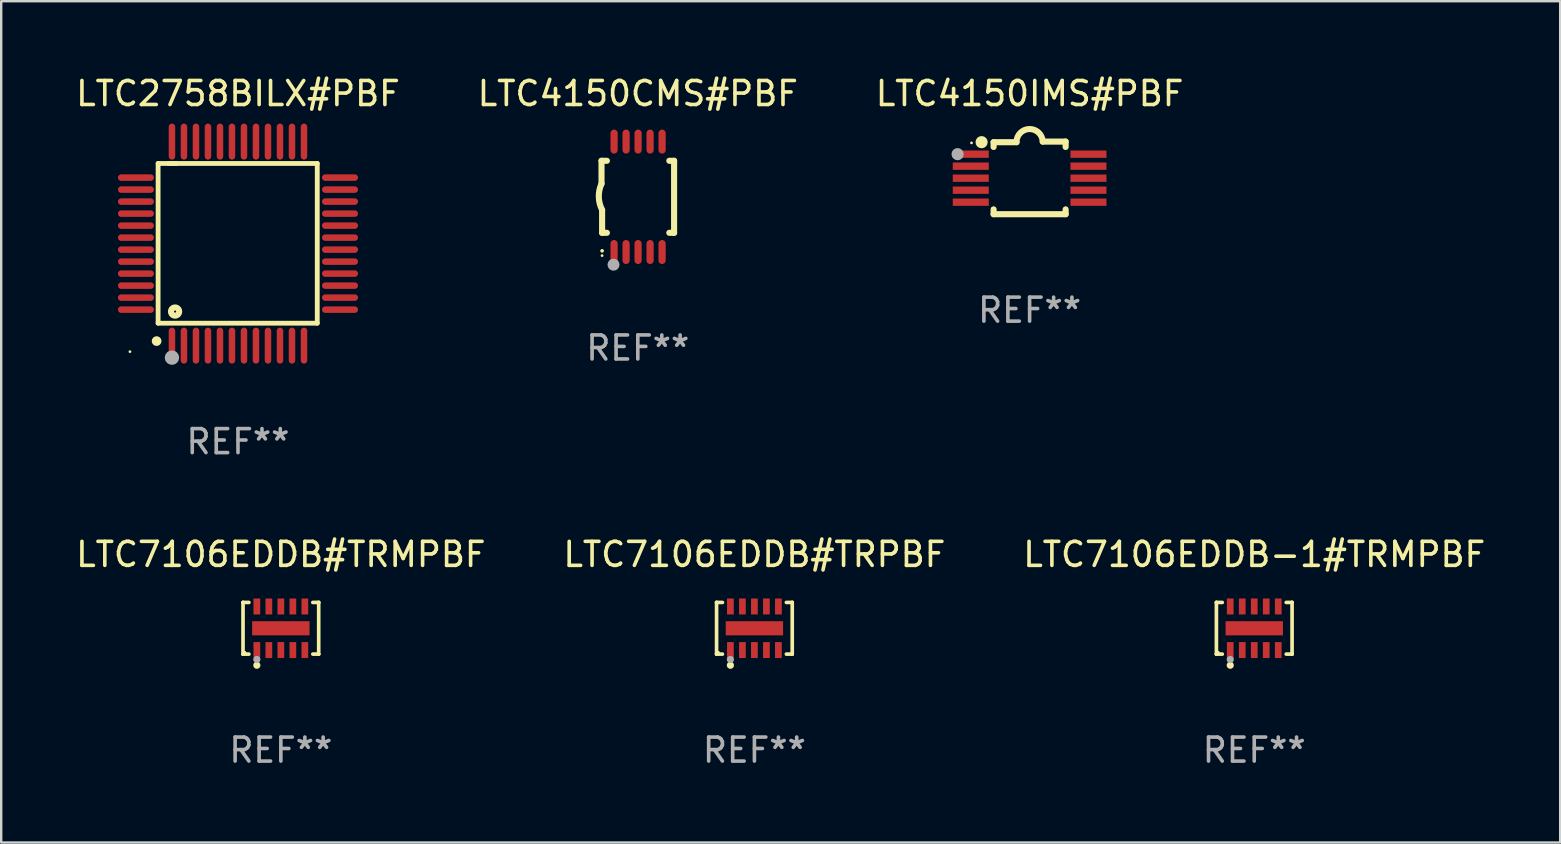
<source format=kicad_pcb>
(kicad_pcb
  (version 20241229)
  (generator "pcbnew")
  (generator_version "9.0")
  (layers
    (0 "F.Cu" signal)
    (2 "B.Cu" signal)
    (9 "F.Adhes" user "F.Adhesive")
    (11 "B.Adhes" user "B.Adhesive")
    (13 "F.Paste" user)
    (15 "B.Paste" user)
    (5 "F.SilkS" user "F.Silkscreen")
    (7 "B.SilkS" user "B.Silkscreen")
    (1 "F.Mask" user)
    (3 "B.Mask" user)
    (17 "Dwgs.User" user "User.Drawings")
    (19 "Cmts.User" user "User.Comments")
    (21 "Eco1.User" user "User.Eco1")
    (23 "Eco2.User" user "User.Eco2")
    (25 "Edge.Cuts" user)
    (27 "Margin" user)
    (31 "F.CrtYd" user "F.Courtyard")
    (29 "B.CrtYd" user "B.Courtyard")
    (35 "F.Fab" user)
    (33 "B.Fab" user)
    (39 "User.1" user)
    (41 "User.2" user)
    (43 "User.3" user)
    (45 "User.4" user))
  (footprint "LTC4150IMS#PBF"
    (layer "F.Cu")
    (at 39.839 4.36)
    (property "Reference" "LTC4150IMS#PBF" (at 0 -3.512 0) (layer "F.SilkS") (effects (font (size 1 1) (thickness 0.15))))
    (attr through_hole)
    (fp_line (start -1.5 -1.288) (end -1.5 -1.487) (stroke (width 0.254) (type solid)) (layer "F.SilkS"))
    (fp_line (start -1.5 1.512) (end -1.5 1.312) (stroke (width 0.254) (type solid)) (layer "F.SilkS"))
    (fp_line (start -0.546 -1.487) (end -1.5 -1.487) (stroke (width 0.254) (type solid)) (layer "F.SilkS"))
    (fp_line (start 1.5 -1.512) (end 0.546 -1.512) (stroke (width 0.254) (type solid)) (layer "F.SilkS"))
    (fp_line (start 1.5 -1.288) (end 1.5 -1.512) (stroke (width 0.254) (type solid)) (layer "F.SilkS"))
    (fp_line (start 1.5 1.512) (end -1.5 1.512) (stroke (width 0.254) (type solid)) (layer "F.SilkS"))
    (fp_line (start 1.5 1.512) (end 1.5 1.312) (stroke (width 0.254) (type solid)) (layer "F.SilkS"))
    (fp_arc (start -0.546151 -1.486601) (mid -0.01246 -2.032889) (end 0.54605 -1.512002) (stroke (width 0.254001) (type solid)) (layer "F.SilkS"))
    (fp_circle (center -2.42 -1.458) (end -2.39 -1.458) (stroke (width 0.06) (type solid)) (fill no) (layer "F.SilkS"))
    (fp_circle (center -2 -1.488) (end -1.873 -1.488) (stroke (width 0.254) (type solid)) (fill no) (layer "F.SilkS"))
    (fp_circle (center -3 -0.988) (end -2.873 -0.988) (stroke (width 0.254) (type solid)) (fill no) (layer "F.Fab"))
    (fp_text user "REF**" (at 0 5.512 0) (layer "F.Fab") (effects (font (size 1 1) (thickness 0.15))))
    (pad "1" smd rect (at -2.451 -0.988) (size 1.5 0.305) (layers "F.Cu" "F.Mask" "F.Paste"))
    (pad "2" smd rect (at -2.451 -0.488) (size 1.5 0.305) (layers "F.Cu" "F.Mask" "F.Paste"))
    (pad "3" smd rect (at -2.451 0.012) (size 1.5 0.305) (layers "F.Cu" "F.Mask" "F.Paste"))
    (pad "4" smd rect (at -2.451 0.512) (size 1.5 0.305) (layers "F.Cu" "F.Mask" "F.Paste"))
    (pad "5" smd rect (at -2.451 1.012) (size 1.5 0.305) (layers "F.Cu" "F.Mask" "F.Paste"))
    (pad "6" smd rect (at 2.451 1.012) (size 1.5 0.305) (layers "F.Cu" "F.Mask" "F.Paste"))
    (pad "7" smd rect (at 2.451 0.512) (size 1.5 0.305) (layers "F.Cu" "F.Mask" "F.Paste"))
    (pad "8" smd rect (at 2.451 0.012) (size 1.5 0.305) (layers "F.Cu" "F.Mask" "F.Paste"))
    (pad "9" smd rect (at 2.451 -0.488) (size 1.5 0.305) (layers "F.Cu" "F.Mask" "F.Paste"))
    (pad "10" smd rect (at 2.451 -0.988) (size 1.5 0.305) (layers "F.Cu" "F.Mask" "F.Paste")))
  (footprint "LTC7106EDDB-1#TRMPBF"
    (layer "F.Cu")
    (at 49.196 23.121)
    (property "Reference" "LTC7106EDDB-1#TRMPBF" (at 0 -3.076 0) (layer "F.SilkS") (effects (font (size 1 1) (thickness 0.15))))
    (attr through_hole)
    (fp_line (start -1.576 -1.076) (end -1.576 -1.076) (stroke (width 0.152) (type solid)) (layer "F.SilkS"))
    (fp_line (start -1.576 -1.076) (end -1.331 -1.076) (stroke (width 0.152) (type solid)) (layer "F.SilkS"))
    (fp_line (start -1.576 1.076) (end -1.576 -1.076) (stroke (width 0.152) (type solid)) (layer "F.SilkS"))
    (fp_line (start -1.576 1.076) (end -1.576 1.076) (stroke (width 0.152) (type solid)) (layer "F.SilkS"))
    (fp_line (start -1.331 1.076) (end -1.576 1.076) (stroke (width 0.152) (type solid)) (layer "F.SilkS"))
    (fp_line (start 1.331 1.076) (end 1.576 1.076) (stroke (width 0.152) (type solid)) (layer "F.SilkS"))
    (fp_line (start 1.576 -1.076) (end 1.331 -1.076) (stroke (width 0.152) (type solid)) (layer "F.SilkS"))
    (fp_line (start 1.576 -1.076) (end 1.576 -1.076) (stroke (width 0.152) (type solid)) (layer "F.SilkS"))
    (fp_line (start 1.576 1.076) (end 1.576 -1.076) (stroke (width 0.152) (type solid)) (layer "F.SilkS"))
    (fp_line (start 1.576 1.076) (end 1.576 1.076) (stroke (width 0.152) (type solid)) (layer "F.SilkS"))
    (fp_circle (center -1.5 1) (end -1.47 1) (stroke (width 0.06) (type solid)) (fill no) (layer "F.SilkS"))
    (fp_circle (center -1 1.54) (end -0.925 1.54) (stroke (width 0.15) (type solid)) (fill no) (layer "F.SilkS"))
    (fp_circle (center -1 1.3) (end -0.925 1.3) (stroke (width 0.15) (type solid)) (fill no) (layer "F.Fab"))
    (fp_text user "REF**" (at 0 5.076 0) (layer "F.Fab") (effects (font (size 1 1) (thickness 0.15))))
    (pad "1" smd rect (at -1 0.908) (size 0.28 0.665) (layers "F.Cu" "F.Mask" "F.Paste"))
    (pad "2" smd rect (at -0.5 0.908) (size 0.28 0.665) (layers "F.Cu" "F.Mask" "F.Paste"))
    (pad "3" smd rect (at 0 0.908) (size 0.28 0.665) (layers "F.Cu" "F.Mask" "F.Paste"))
    (pad "4" smd rect (at 0.5 0.908) (size 0.28 0.665) (layers "F.Cu" "F.Mask" "F.Paste"))
    (pad "5" smd rect (at 1 0.908) (size 0.28 0.665) (layers "F.Cu" "F.Mask" "F.Paste"))
    (pad "6" smd rect (at 1 -0.908) (size 0.28 0.665) (layers "F.Cu" "F.Mask" "F.Paste"))
    (pad "7" smd rect (at 0.5 -0.908) (size 0.28 0.665) (layers "F.Cu" "F.Mask" "F.Paste"))
    (pad "8" smd rect (at 0 -0.908) (size 0.28 0.665) (layers "F.Cu" "F.Mask" "F.Paste"))
    (pad "9" smd rect (at -0.5 -0.908) (size 0.28 0.665) (layers "F.Cu" "F.Mask" "F.Paste"))
    (pad "10" smd rect (at -1 -0.908) (size 0.28 0.665) (layers "F.Cu" "F.Mask" "F.Paste"))
    (pad "11" smd rect (at 0 0) (size 2.39 0.59) (layers "F.Cu" "F.Mask" "F.Paste")))
  (footprint "LTC2758BILX#PBF"
    (layer "F.Cu")
    (at 6.863 7.098)
    (property "Reference" "LTC2758BILX#PBF" (at 0 -6.25 0) (layer "F.SilkS") (effects (font (size 1 1) (thickness 0.15))))
    (attr through_hole)
    (fp_line (start -3.327 -3.34) (end -2.565 -3.34) (stroke (width 0.2) (type solid)) (layer "F.SilkS"))
    (fp_line (start -3.327 3.315) (end -3.327 -3.34) (stroke (width 0.2) (type solid)) (layer "F.SilkS"))
    (fp_line (start -2.896 -3.34) (end 3.302 -3.34) (stroke (width 0.2) (type solid)) (layer "F.SilkS"))
    (fp_line (start 3.302 -3.34) (end 3.302 3.315) (stroke (width 0.2) (type solid)) (layer "F.SilkS"))
    (fp_line (start 3.302 3.315) (end -3.327 3.315) (stroke (width 0.2) (type solid)) (layer "F.SilkS"))
    (fp_arc (start -3.389992 4.059995) (mid -3.388722 4.059991) (end -3.387452 4.059995) (stroke (width 0.4) (type solid)) (layer "F.SilkS"))
    (fp_circle (center -4.5 4.5) (end -4.47 4.5) (stroke (width 0.06) (type solid)) (fill no) (layer "F.SilkS"))
    (fp_circle (center -2.62 2.83) (end -2.45 2.83) (stroke (width 0.254) (type solid)) (fill no) (layer "F.SilkS"))
    (fp_circle (center -2.75 4.75) (end -2.6 4.75) (stroke (width 0.3) (type solid)) (fill no) (layer "F.Fab"))
    (fp_text user "REF**" (at 0 8.25 0) (layer "F.Fab") (effects (font (size 1 1) (thickness 0.15))))
    (pad "1" smd oval (at -2.75 4.25) (size 0.27 1.5) (layers "F.Cu" "F.Mask" "F.Paste"))
    (pad "2" smd oval (at -2.25 4.25) (size 0.27 1.5) (layers "F.Cu" "F.Mask" "F.Paste"))
    (pad "3" smd oval (at -1.75 4.25) (size 0.27 1.5) (layers "F.Cu" "F.Mask" "F.Paste"))
    (pad "4" smd oval (at -1.25 4.25) (size 0.27 1.5) (layers "F.Cu" "F.Mask" "F.Paste"))
    (pad "5" smd oval (at -0.75 4.25) (size 0.27 1.5) (layers "F.Cu" "F.Mask" "F.Paste"))
    (pad "6" smd oval (at -0.25 4.25) (size 0.27 1.5) (layers "F.Cu" "F.Mask" "F.Paste"))
    (pad "7" smd oval (at 0.25 4.25) (size 0.27 1.5) (layers "F.Cu" "F.Mask" "F.Paste"))
    (pad "8" smd oval (at 0.75 4.25) (size 0.27 1.5) (layers "F.Cu" "F.Mask" "F.Paste"))
    (pad "9" smd oval (at 1.25 4.25) (size 0.27 1.5) (layers "F.Cu" "F.Mask" "F.Paste"))
    (pad "10" smd oval (at 1.75 4.25) (size 0.27 1.5) (layers "F.Cu" "F.Mask" "F.Paste"))
    (pad "11" smd oval (at 2.25 4.25) (size 0.27 1.5) (layers "F.Cu" "F.Mask" "F.Paste"))
    (pad "12" smd oval (at 2.75 4.25) (size 0.27 1.5) (layers "F.Cu" "F.Mask" "F.Paste"))
    (pad "13" smd oval (at 4.25 2.75) (size 1.5 0.27) (layers "F.Cu" "F.Mask" "F.Paste"))
    (pad "14" smd oval (at 4.25 2.25) (size 1.5 0.27) (layers "F.Cu" "F.Mask" "F.Paste"))
    (pad "15" smd oval (at 4.25 1.75) (size 1.5 0.27) (layers "F.Cu" "F.Mask" "F.Paste"))
    (pad "16" smd oval (at 4.25 1.25) (size 1.5 0.27) (layers "F.Cu" "F.Mask" "F.Paste"))
    (pad "17" smd oval (at 4.25 0.75) (size 1.5 0.27) (layers "F.Cu" "F.Mask" "F.Paste"))
    (pad "18" smd oval (at 4.25 0.25) (size 1.5 0.27) (layers "F.Cu" "F.Mask" "F.Paste"))
    (pad "19" smd oval (at 4.25 -0.25) (size 1.5 0.27) (layers "F.Cu" "F.Mask" "F.Paste"))
    (pad "20" smd oval (at 4.25 -0.75) (size 1.5 0.27) (layers "F.Cu" "F.Mask" "F.Paste"))
    (pad "21" smd oval (at 4.25 -1.25) (size 1.5 0.27) (layers "F.Cu" "F.Mask" "F.Paste"))
    (pad "22" smd oval (at 4.25 -1.75) (size 1.5 0.27) (layers "F.Cu" "F.Mask" "F.Paste"))
    (pad "23" smd oval (at 4.25 -2.25) (size 1.5 0.27) (layers "F.Cu" "F.Mask" "F.Paste"))
    (pad "24" smd oval (at 4.25 -2.75) (size 1.5 0.27) (layers "F.Cu" "F.Mask" "F.Paste"))
    (pad "25" smd oval (at 2.75 -4.25) (size 0.27 1.5) (layers "F.Cu" "F.Mask" "F.Paste"))
    (pad "26" smd oval (at 2.25 -4.25) (size 0.27 1.5) (layers "F.Cu" "F.Mask" "F.Paste"))
    (pad "27" smd oval (at 1.75 -4.25) (size 0.27 1.5) (layers "F.Cu" "F.Mask" "F.Paste"))
    (pad "28" smd oval (at 1.25 -4.25) (size 0.27 1.5) (layers "F.Cu" "F.Mask" "F.Paste"))
    (pad "29" smd oval (at 0.75 -4.25) (size 0.27 1.5) (layers "F.Cu" "F.Mask" "F.Paste"))
    (pad "30" smd oval (at 0.25 -4.25) (size 0.27 1.5) (layers "F.Cu" "F.Mask" "F.Paste"))
    (pad "31" smd oval (at -0.25 -4.25) (size 0.27 1.5) (layers "F.Cu" "F.Mask" "F.Paste"))
    (pad "32" smd oval (at -0.75 -4.25) (size 0.27 1.5) (layers "F.Cu" "F.Mask" "F.Paste"))
    (pad "33" smd oval (at -1.25 -4.25) (size 0.27 1.5) (layers "F.Cu" "F.Mask" "F.Paste"))
    (pad "34" smd oval (at -1.75 -4.25) (size 0.27 1.5) (layers "F.Cu" "F.Mask" "F.Paste"))
    (pad "35" smd oval (at -2.25 -4.25) (size 0.27 1.5) (layers "F.Cu" "F.Mask" "F.Paste"))
    (pad "36" smd oval (at -2.75 -4.25) (size 0.27 1.5) (layers "F.Cu" "F.Mask" "F.Paste"))
    (pad "37" smd oval (at -4.25 -2.75) (size 1.5 0.27) (layers "F.Cu" "F.Mask" "F.Paste"))
    (pad "38" smd oval (at -4.25 -2.25) (size 1.5 0.27) (layers "F.Cu" "F.Mask" "F.Paste"))
    (pad "39" smd oval (at -4.25 -1.75) (size 1.5 0.27) (layers "F.Cu" "F.Mask" "F.Paste"))
    (pad "40" smd oval (at -4.25 -1.25) (size 1.5 0.27) (layers "F.Cu" "F.Mask" "F.Paste"))
    (pad "41" smd oval (at -4.25 -0.75) (size 1.5 0.27) (layers "F.Cu" "F.Mask" "F.Paste"))
    (pad "42" smd oval (at -4.25 -0.25) (size 1.5 0.27) (layers "F.Cu" "F.Mask" "F.Paste"))
    (pad "43" smd oval (at -4.25 0.25) (size 1.5 0.27) (layers "F.Cu" "F.Mask" "F.Paste"))
    (pad "44" smd oval (at -4.25 0.75) (size 1.5 0.27) (layers "F.Cu" "F.Mask" "F.Paste"))
    (pad "45" smd oval (at -4.25 1.25) (size 1.5 0.27) (layers "F.Cu" "F.Mask" "F.Paste"))
    (pad "46" smd oval (at -4.25 1.75) (size 1.5 0.27) (layers "F.Cu" "F.Mask" "F.Paste"))
    (pad "47" smd oval (at -4.25 2.25) (size 1.5 0.27) (layers "F.Cu" "F.Mask" "F.Paste"))
    (pad "48" smd oval (at -4.25 2.75) (size 1.5 0.27) (layers "F.Cu" "F.Mask" "F.Paste")))
  (footprint "LTC4150CMS#PBF"
    (layer "F.Cu")
    (at 23.518 5.148)
    (property "Reference" "LTC4150CMS#PBF" (at 0 -4.3 0) (layer "F.SilkS") (effects (font (size 1 1) (thickness 0.15))))
    (attr through_hole)
    (fp_line (start -1.512 -1.5) (end -1.512 -0.546) (stroke (width 0.254) (type solid)) (layer "F.SilkS"))
    (fp_line (start -1.487 0.546) (end -1.487 1.5) (stroke (width 0.254) (type solid)) (layer "F.SilkS"))
    (fp_line (start -1.288 -1.5) (end -1.512 -1.5) (stroke (width 0.254) (type solid)) (layer "F.SilkS"))
    (fp_line (start -1.288 1.5) (end -1.487 1.5) (stroke (width 0.254) (type solid)) (layer "F.SilkS"))
    (fp_line (start 1.512 -1.5) (end 1.312 -1.5) (stroke (width 0.254) (type solid)) (layer "F.SilkS"))
    (fp_line (start 1.512 -1.5) (end 1.512 1.5) (stroke (width 0.254) (type solid)) (layer "F.SilkS"))
    (fp_line (start 1.512 1.5) (end 1.312 1.5) (stroke (width 0.254) (type solid)) (layer "F.SilkS"))
    (fp_arc (start -1.487998 2.250013) (mid -1.486728 2.250007) (end -1.485458 2.250013) (stroke (width 0.150013) (type solid)) (layer "F.SilkS"))
    (fp_arc (start -1.486602 0.546102) (mid -1.624196 0.002905) (end -1.512002 -0.546101) (stroke (width 0.254001) (type solid)) (layer "F.SilkS"))
    (fp_circle (center -1.488 2.45) (end -1.458 2.45) (stroke (width 0.06) (type solid)) (fill no) (layer "F.SilkS"))
    (fp_circle (center -1.012 2.828) (end -0.887 2.828) (stroke (width 0.25) (type solid)) (fill no) (layer "F.Fab"))
    (fp_text user "REF**" (at 0 6.3 0) (layer "F.Fab") (effects (font (size 1 1) (thickness 0.15))))
    (pad "1" smd oval (at -0.988 2.3) (size 0.3 1) (layers "F.Cu" "F.Mask" "F.Paste"))
    (pad "2" smd oval (at -0.488 2.3) (size 0.3 1) (layers "F.Cu" "F.Mask" "F.Paste"))
    (pad "3" smd oval (at 0.012 2.3) (size 0.3 1) (layers "F.Cu" "F.Mask" "F.Paste"))
    (pad "4" smd oval (at 0.512 2.3) (size 0.3 1) (layers "F.Cu" "F.Mask" "F.Paste"))
    (pad "5" smd oval (at 1.012 2.3) (size 0.3 1) (layers "F.Cu" "F.Mask" "F.Paste"))
    (pad "6" smd oval (at 1.012 -2.3) (size 0.3 1) (layers "F.Cu" "F.Mask" "F.Paste"))
    (pad "7" smd oval (at 0.512 -2.3) (size 0.3 1) (layers "F.Cu" "F.Mask" "F.Paste"))
    (pad "8" smd oval (at 0.012 -2.3) (size 0.3 1) (layers "F.Cu" "F.Mask" "F.Paste"))
    (pad "9" smd oval (at -0.488 -2.3) (size 0.3 1) (layers "F.Cu" "F.Mask" "F.Paste"))
    (pad "10" smd oval (at -0.988 -2.3) (size 0.3 1) (layers "F.Cu" "F.Mask" "F.Paste")))
  (footprint "LTC7106EDDB#TRPBF"
    (layer "F.Cu")
    (at 28.375 23.121)
    (property "Reference" "LTC7106EDDB#TRPBF" (at 0 -3.076 0) (layer "F.SilkS") (effects (font (size 1 1) (thickness 0.15))))
    (attr through_hole)
    (fp_line (start -1.576 -1.076) (end -1.576 -1.076) (stroke (width 0.152) (type solid)) (layer "F.SilkS"))
    (fp_line (start -1.576 -1.076) (end -1.331 -1.076) (stroke (width 0.152) (type solid)) (layer "F.SilkS"))
    (fp_line (start -1.576 1.076) (end -1.576 -1.076) (stroke (width 0.152) (type solid)) (layer "F.SilkS"))
    (fp_line (start -1.576 1.076) (end -1.576 1.076) (stroke (width 0.152) (type solid)) (layer "F.SilkS"))
    (fp_line (start -1.331 1.076) (end -1.576 1.076) (stroke (width 0.152) (type solid)) (layer "F.SilkS"))
    (fp_line (start 1.331 1.076) (end 1.576 1.076) (stroke (width 0.152) (type solid)) (layer "F.SilkS"))
    (fp_line (start 1.576 -1.076) (end 1.331 -1.076) (stroke (width 0.152) (type solid)) (layer "F.SilkS"))
    (fp_line (start 1.576 -1.076) (end 1.576 -1.076) (stroke (width 0.152) (type solid)) (layer "F.SilkS"))
    (fp_line (start 1.576 1.076) (end 1.576 -1.076) (stroke (width 0.152) (type solid)) (layer "F.SilkS"))
    (fp_line (start 1.576 1.076) (end 1.576 1.076) (stroke (width 0.152) (type solid)) (layer "F.SilkS"))
    (fp_circle (center -1.5 1) (end -1.47 1) (stroke (width 0.06) (type solid)) (fill no) (layer "F.SilkS"))
    (fp_circle (center -1 1.54) (end -0.925 1.54) (stroke (width 0.15) (type solid)) (fill no) (layer "F.SilkS"))
    (fp_circle (center -1 1.3) (end -0.925 1.3) (stroke (width 0.15) (type solid)) (fill no) (layer "F.Fab"))
    (fp_text user "REF**" (at 0 5.076 0) (layer "F.Fab") (effects (font (size 1 1) (thickness 0.15))))
    (pad "1" smd rect (at -1 0.908) (size 0.28 0.665) (layers "F.Cu" "F.Mask" "F.Paste"))
    (pad "2" smd rect (at -0.5 0.908) (size 0.28 0.665) (layers "F.Cu" "F.Mask" "F.Paste"))
    (pad "3" smd rect (at 0 0.908) (size 0.28 0.665) (layers "F.Cu" "F.Mask" "F.Paste"))
    (pad "4" smd rect (at 0.5 0.908) (size 0.28 0.665) (layers "F.Cu" "F.Mask" "F.Paste"))
    (pad "5" smd rect (at 1 0.908) (size 0.28 0.665) (layers "F.Cu" "F.Mask" "F.Paste"))
    (pad "6" smd rect (at 1 -0.908) (size 0.28 0.665) (layers "F.Cu" "F.Mask" "F.Paste"))
    (pad "7" smd rect (at 0.5 -0.908) (size 0.28 0.665) (layers "F.Cu" "F.Mask" "F.Paste"))
    (pad "8" smd rect (at 0 -0.908) (size 0.28 0.665) (layers "F.Cu" "F.Mask" "F.Paste"))
    (pad "9" smd rect (at -0.5 -0.908) (size 0.28 0.665) (layers "F.Cu" "F.Mask" "F.Paste"))
    (pad "10" smd rect (at -1 -0.908) (size 0.28 0.665) (layers "F.Cu" "F.Mask" "F.Paste"))
    (pad "11" smd rect (at 0 0) (size 2.39 0.59) (layers "F.Cu" "F.Mask" "F.Paste")))
  (footprint "LTC7106EDDB#TRMPBF"
    (layer "F.Cu")
    (at 8.649 23.121)
    (property "Reference" "LTC7106EDDB#TRMPBF" (at 0 -3.076 0) (layer "F.SilkS") (effects (font (size 1 1) (thickness 0.15))))
    (attr through_hole)
    (fp_line (start -1.576 -1.076) (end -1.576 -1.076) (stroke (width 0.152) (type solid)) (layer "F.SilkS"))
    (fp_line (start -1.576 -1.076) (end -1.331 -1.076) (stroke (width 0.152) (type solid)) (layer "F.SilkS"))
    (fp_line (start -1.576 1.076) (end -1.576 -1.076) (stroke (width 0.152) (type solid)) (layer "F.SilkS"))
    (fp_line (start -1.576 1.076) (end -1.576 1.076) (stroke (width 0.152) (type solid)) (layer "F.SilkS"))
    (fp_line (start -1.331 1.076) (end -1.576 1.076) (stroke (width 0.152) (type solid)) (layer "F.SilkS"))
    (fp_line (start 1.331 1.076) (end 1.576 1.076) (stroke (width 0.152) (type solid)) (layer "F.SilkS"))
    (fp_line (start 1.576 -1.076) (end 1.331 -1.076) (stroke (width 0.152) (type solid)) (layer "F.SilkS"))
    (fp_line (start 1.576 -1.076) (end 1.576 -1.076) (stroke (width 0.152) (type solid)) (layer "F.SilkS"))
    (fp_line (start 1.576 1.076) (end 1.576 -1.076) (stroke (width 0.152) (type solid)) (layer "F.SilkS"))
    (fp_line (start 1.576 1.076) (end 1.576 1.076) (stroke (width 0.152) (type solid)) (layer "F.SilkS"))
    (fp_circle (center -1.5 1) (end -1.47 1) (stroke (width 0.06) (type solid)) (fill no) (layer "F.SilkS"))
    (fp_circle (center -1 1.54) (end -0.925 1.54) (stroke (width 0.15) (type solid)) (fill no) (layer "F.SilkS"))
    (fp_circle (center -1 1.3) (end -0.925 1.3) (stroke (width 0.15) (type solid)) (fill no) (layer "F.Fab"))
    (fp_text user "REF**" (at 0 5.076 0) (layer "F.Fab") (effects (font (size 1 1) (thickness 0.15))))
    (pad "1" smd rect (at -1 0.908) (size 0.28 0.665) (layers "F.Cu" "F.Mask" "F.Paste"))
    (pad "2" smd rect (at -0.5 0.908) (size 0.28 0.665) (layers "F.Cu" "F.Mask" "F.Paste"))
    (pad "3" smd rect (at 0 0.908) (size 0.28 0.665) (layers "F.Cu" "F.Mask" "F.Paste"))
    (pad "4" smd rect (at 0.5 0.908) (size 0.28 0.665) (layers "F.Cu" "F.Mask" "F.Paste"))
    (pad "5" smd rect (at 1 0.908) (size 0.28 0.665) (layers "F.Cu" "F.Mask" "F.Paste"))
    (pad "6" smd rect (at 1 -0.908) (size 0.28 0.665) (layers "F.Cu" "F.Mask" "F.Paste"))
    (pad "7" smd rect (at 0.5 -0.908) (size 0.28 0.665) (layers "F.Cu" "F.Mask" "F.Paste"))
    (pad "8" smd rect (at 0 -0.908) (size 0.28 0.665) (layers "F.Cu" "F.Mask" "F.Paste"))
    (pad "9" smd rect (at -0.5 -0.908) (size 0.28 0.665) (layers "F.Cu" "F.Mask" "F.Paste"))
    (pad "10" smd rect (at -1 -0.908) (size 0.28 0.665) (layers "F.Cu" "F.Mask" "F.Paste"))
    (pad "11" smd rect (at 0 0) (size 2.39 0.59) (layers "F.Cu" "F.Mask" "F.Paste")))
  (gr_rect
    (start -3 -3)
    (end 61.94 32.045)
    (stroke (width 0.1) (type default))
    (fill no)
    (layer "Edge.Cuts")))
</source>
